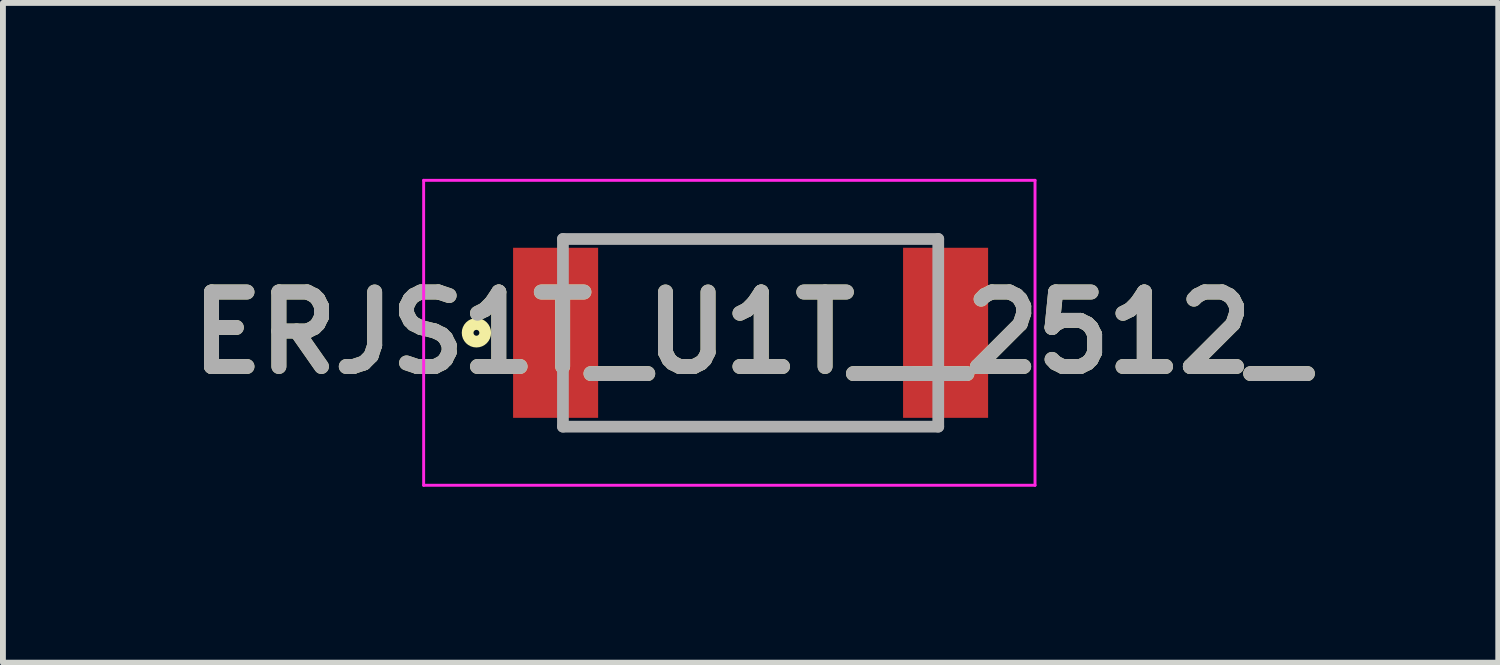
<source format=kicad_pcb>
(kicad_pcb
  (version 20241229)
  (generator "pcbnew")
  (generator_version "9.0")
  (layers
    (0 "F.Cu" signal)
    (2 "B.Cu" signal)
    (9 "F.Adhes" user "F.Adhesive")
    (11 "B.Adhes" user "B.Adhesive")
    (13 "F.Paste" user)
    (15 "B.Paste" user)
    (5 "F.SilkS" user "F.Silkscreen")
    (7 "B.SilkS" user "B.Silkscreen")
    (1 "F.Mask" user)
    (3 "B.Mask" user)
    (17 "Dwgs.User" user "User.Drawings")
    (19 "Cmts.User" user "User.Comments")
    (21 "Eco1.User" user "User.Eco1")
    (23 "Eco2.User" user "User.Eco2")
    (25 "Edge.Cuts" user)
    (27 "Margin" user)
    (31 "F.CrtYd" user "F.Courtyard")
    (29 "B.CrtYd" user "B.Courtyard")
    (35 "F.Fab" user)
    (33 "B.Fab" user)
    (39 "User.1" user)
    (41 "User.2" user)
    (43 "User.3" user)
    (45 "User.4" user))
  (footprint "ERJS1T_U1T__2512_"
    (layer "F.Cu")
    (at 9.749 2.625)
    (property "Reference" "ERJS1T_U1T__2512_" (at 0 0 0) (layer "F.SilkS") (effects (font (size 1.27 1.27) (thickness 0.254))))
    (attr smd)
    (fp_circle (center -4.675 0) (end -4.675 0.05) (stroke (width 0.2) (type solid)) (fill no) (layer "F.SilkS"))
    (fp_line (start -5.575 -2.6) (end 4.85 -2.6) (stroke (width 0.05) (type solid)) (layer "F.CrtYd"))
    (fp_line (start -5.575 2.6) (end -5.575 -2.6) (stroke (width 0.05) (type solid)) (layer "F.CrtYd"))
    (fp_line (start 4.85 -2.6) (end 4.85 2.6) (stroke (width 0.05) (type solid)) (layer "F.CrtYd"))
    (fp_line (start 4.85 2.6) (end -5.575 2.6) (stroke (width 0.05) (type solid)) (layer "F.CrtYd"))
    (fp_line (start -3.2 -1.6) (end 3.2 -1.6) (stroke (width 0.2) (type solid)) (layer "F.Fab"))
    (fp_line (start -3.2 1.6) (end -3.2 -1.6) (stroke (width 0.2) (type solid)) (layer "F.Fab"))
    (fp_line (start 3.2 -1.6) (end 3.2 1.6) (stroke (width 0.2) (type solid)) (layer "F.Fab"))
    (fp_line (start 3.2 1.6) (end -3.2 1.6) (stroke (width 0.2) (type solid)) (layer "F.Fab"))
    (fp_text user "${REFERENCE}" (at 0 0 0) (layer "F.Fab") (effects (font (size 1.27 1.27) (thickness 0.254))))
    (pad "1" smd rect (at -3.325 0) (size 1.45 2.9) (layers "F.Cu" "F.Mask" "F.Paste"))
    (pad "2" smd rect (at 3.325 0) (size 1.45 2.9) (layers "F.Cu" "F.Mask" "F.Paste")))
  (gr_rect
    (start -3 -3)
    (end 22.498 8.25)
    (stroke (width 0.1) (type default))
    (fill no)
    (layer "Edge.Cuts")))
</source>
